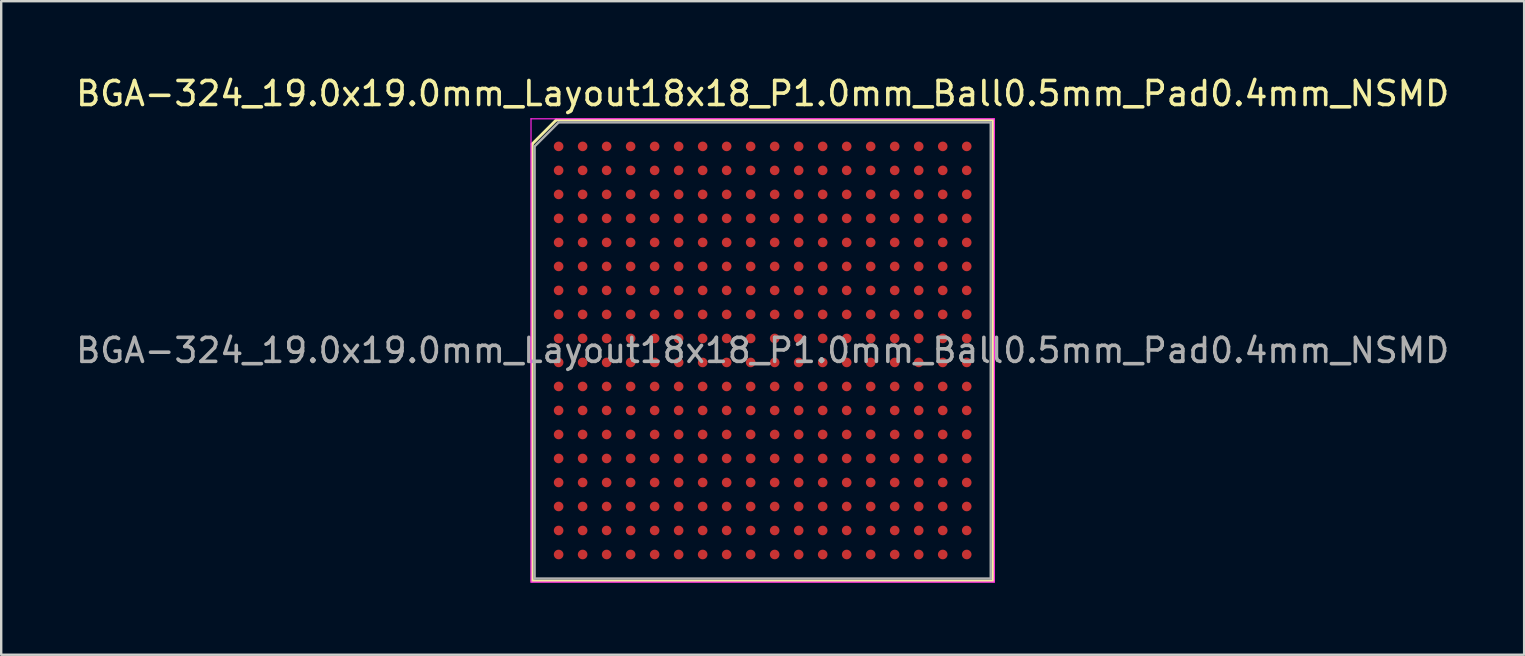
<source format=kicad_pcb>
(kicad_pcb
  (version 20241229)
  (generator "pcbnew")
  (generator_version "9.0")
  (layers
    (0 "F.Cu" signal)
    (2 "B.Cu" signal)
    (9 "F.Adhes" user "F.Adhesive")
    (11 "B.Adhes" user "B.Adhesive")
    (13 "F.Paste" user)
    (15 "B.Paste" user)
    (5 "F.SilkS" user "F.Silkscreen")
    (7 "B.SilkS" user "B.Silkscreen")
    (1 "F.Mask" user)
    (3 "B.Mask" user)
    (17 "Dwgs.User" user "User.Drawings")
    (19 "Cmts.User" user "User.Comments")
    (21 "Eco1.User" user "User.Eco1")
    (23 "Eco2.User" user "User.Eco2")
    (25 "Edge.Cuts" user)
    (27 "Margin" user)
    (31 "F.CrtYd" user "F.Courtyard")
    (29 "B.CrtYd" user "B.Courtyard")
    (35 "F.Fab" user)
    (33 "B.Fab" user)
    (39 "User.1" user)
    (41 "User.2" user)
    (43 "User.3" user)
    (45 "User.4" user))
  (footprint "BGA-324_19.0x19.0mm_Layout18x18_P1.0mm_Ball0.5mm_Pad0.4mm_NSMD"
    (layer "F.Cu")
    (at 28.72 11.548)
    (property "Reference" "BGA-324_19.0x19.0mm_Layout18x18_P1.0mm_Ball0.5mm_Pad0.4mm_NSMD" (at 0 -10.7 0) (layer "F.SilkS") (effects (font (size 1 1) (thickness 0.15))))
    (attr smd)
    (fp_line (start -9.6 -8.6) (end -9.6 9.6) (stroke (width 0.12) (type solid)) (layer "F.SilkS"))
    (fp_line (start -9.6 9.6) (end 9.6 9.6) (stroke (width 0.12) (type solid)) (layer "F.SilkS"))
    (fp_line (start -8.6 -9.6) (end -9.6 -8.6) (stroke (width 0.12) (type solid)) (layer "F.SilkS"))
    (fp_line (start 9.6 -9.6) (end -8.6 -9.6) (stroke (width 0.12) (type solid)) (layer "F.SilkS"))
    (fp_line (start 9.6 9.6) (end 9.6 -9.6) (stroke (width 0.12) (type solid)) (layer "F.SilkS"))
    (fp_line (start -9.65 -9.65) (end 9.65 -9.65) (stroke (width 0.05) (type solid)) (layer "F.CrtYd"))
    (fp_line (start -9.65 9.65) (end -9.65 -9.65) (stroke (width 0.05) (type solid)) (layer "F.CrtYd"))
    (fp_line (start 9.65 -9.65) (end 9.65 9.65) (stroke (width 0.05) (type solid)) (layer "F.CrtYd"))
    (fp_line (start 9.65 9.65) (end -9.65 9.65) (stroke (width 0.05) (type solid)) (layer "F.CrtYd"))
    (fp_line (start -9.5 -8.5) (end -9.5 9.5) (stroke (width 0.1) (type solid)) (layer "F.Fab"))
    (fp_line (start -9.5 9.5) (end 9.5 9.5) (stroke (width 0.1) (type solid)) (layer "F.Fab"))
    (fp_line (start -8.5 -9.5) (end -9.5 -8.5) (stroke (width 0.1) (type solid)) (layer "F.Fab"))
    (fp_line (start 9.5 -9.5) (end -8.5 -9.5) (stroke (width 0.1) (type solid)) (layer "F.Fab"))
    (fp_line (start 9.5 9.5) (end 9.5 -9.5) (stroke (width 0.1) (type solid)) (layer "F.Fab"))
    (fp_text user "${REFERENCE}" (at 0 0 0) (layer "F.Fab") (effects (font (size 1 1) (thickness 0.15))))
    (pad "A1" smd circle (at -8.5 -8.5) (size 0.4 0.4) (layers "F.Cu" "F.Mask" "F.Paste"))
    (pad "A2" smd circle (at -7.5 -8.5) (size 0.4 0.4) (layers "F.Cu" "F.Mask" "F.Paste"))
    (pad "A3" smd circle (at -6.5 -8.5) (size 0.4 0.4) (layers "F.Cu" "F.Mask" "F.Paste"))
    (pad "A4" smd circle (at -5.5 -8.5) (size 0.4 0.4) (layers "F.Cu" "F.Mask" "F.Paste"))
    (pad "A5" smd circle (at -4.5 -8.5) (size 0.4 0.4) (layers "F.Cu" "F.Mask" "F.Paste"))
    (pad "A6" smd circle (at -3.5 -8.5) (size 0.4 0.4) (layers "F.Cu" "F.Mask" "F.Paste"))
    (pad "A7" smd circle (at -2.5 -8.5) (size 0.4 0.4) (layers "F.Cu" "F.Mask" "F.Paste"))
    (pad "A8" smd circle (at -1.5 -8.5) (size 0.4 0.4) (layers "F.Cu" "F.Mask" "F.Paste"))
    (pad "A9" smd circle (at -0.5 -8.5) (size 0.4 0.4) (layers "F.Cu" "F.Mask" "F.Paste"))
    (pad "A10" smd circle (at 0.5 -8.5) (size 0.4 0.4) (layers "F.Cu" "F.Mask" "F.Paste"))
    (pad "A11" smd circle (at 1.5 -8.5) (size 0.4 0.4) (layers "F.Cu" "F.Mask" "F.Paste"))
    (pad "A12" smd circle (at 2.5 -8.5) (size 0.4 0.4) (layers "F.Cu" "F.Mask" "F.Paste"))
    (pad "A13" smd circle (at 3.5 -8.5) (size 0.4 0.4) (layers "F.Cu" "F.Mask" "F.Paste"))
    (pad "A14" smd circle (at 4.5 -8.5) (size 0.4 0.4) (layers "F.Cu" "F.Mask" "F.Paste"))
    (pad "A15" smd circle (at 5.5 -8.5) (size 0.4 0.4) (layers "F.Cu" "F.Mask" "F.Paste"))
    (pad "A16" smd circle (at 6.5 -8.5) (size 0.4 0.4) (layers "F.Cu" "F.Mask" "F.Paste"))
    (pad "A17" smd circle (at 7.5 -8.5) (size 0.4 0.4) (layers "F.Cu" "F.Mask" "F.Paste"))
    (pad "A18" smd circle (at 8.5 -8.5) (size 0.4 0.4) (layers "F.Cu" "F.Mask" "F.Paste"))
    (pad "B1" smd circle (at -8.5 -7.5) (size 0.4 0.4) (layers "F.Cu" "F.Mask" "F.Paste"))
    (pad "B2" smd circle (at -7.5 -7.5) (size 0.4 0.4) (layers "F.Cu" "F.Mask" "F.Paste"))
    (pad "B3" smd circle (at -6.5 -7.5) (size 0.4 0.4) (layers "F.Cu" "F.Mask" "F.Paste"))
    (pad "B4" smd circle (at -5.5 -7.5) (size 0.4 0.4) (layers "F.Cu" "F.Mask" "F.Paste"))
    (pad "B5" smd circle (at -4.5 -7.5) (size 0.4 0.4) (layers "F.Cu" "F.Mask" "F.Paste"))
    (pad "B6" smd circle (at -3.5 -7.5) (size 0.4 0.4) (layers "F.Cu" "F.Mask" "F.Paste"))
    (pad "B7" smd circle (at -2.5 -7.5) (size 0.4 0.4) (layers "F.Cu" "F.Mask" "F.Paste"))
    (pad "B8" smd circle (at -1.5 -7.5) (size 0.4 0.4) (layers "F.Cu" "F.Mask" "F.Paste"))
    (pad "B9" smd circle (at -0.5 -7.5) (size 0.4 0.4) (layers "F.Cu" "F.Mask" "F.Paste"))
    (pad "B10" smd circle (at 0.5 -7.5) (size 0.4 0.4) (layers "F.Cu" "F.Mask" "F.Paste"))
    (pad "B11" smd circle (at 1.5 -7.5) (size 0.4 0.4) (layers "F.Cu" "F.Mask" "F.Paste"))
    (pad "B12" smd circle (at 2.5 -7.5) (size 0.4 0.4) (layers "F.Cu" "F.Mask" "F.Paste"))
    (pad "B13" smd circle (at 3.5 -7.5) (size 0.4 0.4) (layers "F.Cu" "F.Mask" "F.Paste"))
    (pad "B14" smd circle (at 4.5 -7.5) (size 0.4 0.4) (layers "F.Cu" "F.Mask" "F.Paste"))
    (pad "B15" smd circle (at 5.5 -7.5) (size 0.4 0.4) (layers "F.Cu" "F.Mask" "F.Paste"))
    (pad "B16" smd circle (at 6.5 -7.5) (size 0.4 0.4) (layers "F.Cu" "F.Mask" "F.Paste"))
    (pad "B17" smd circle (at 7.5 -7.5) (size 0.4 0.4) (layers "F.Cu" "F.Mask" "F.Paste"))
    (pad "B18" smd circle (at 8.5 -7.5) (size 0.4 0.4) (layers "F.Cu" "F.Mask" "F.Paste"))
    (pad "C1" smd circle (at -8.5 -6.5) (size 0.4 0.4) (layers "F.Cu" "F.Mask" "F.Paste"))
    (pad "C2" smd circle (at -7.5 -6.5) (size 0.4 0.4) (layers "F.Cu" "F.Mask" "F.Paste"))
    (pad "C3" smd circle (at -6.5 -6.5) (size 0.4 0.4) (layers "F.Cu" "F.Mask" "F.Paste"))
    (pad "C4" smd circle (at -5.5 -6.5) (size 0.4 0.4) (layers "F.Cu" "F.Mask" "F.Paste"))
    (pad "C5" smd circle (at -4.5 -6.5) (size 0.4 0.4) (layers "F.Cu" "F.Mask" "F.Paste"))
    (pad "C6" smd circle (at -3.5 -6.5) (size 0.4 0.4) (layers "F.Cu" "F.Mask" "F.Paste"))
    (pad "C7" smd circle (at -2.5 -6.5) (size 0.4 0.4) (layers "F.Cu" "F.Mask" "F.Paste"))
    (pad "C8" smd circle (at -1.5 -6.5) (size 0.4 0.4) (layers "F.Cu" "F.Mask" "F.Paste"))
    (pad "C9" smd circle (at -0.5 -6.5) (size 0.4 0.4) (layers "F.Cu" "F.Mask" "F.Paste"))
    (pad "C10" smd circle (at 0.5 -6.5) (size 0.4 0.4) (layers "F.Cu" "F.Mask" "F.Paste"))
    (pad "C11" smd circle (at 1.5 -6.5) (size 0.4 0.4) (layers "F.Cu" "F.Mask" "F.Paste"))
    (pad "C12" smd circle (at 2.5 -6.5) (size 0.4 0.4) (layers "F.Cu" "F.Mask" "F.Paste"))
    (pad "C13" smd circle (at 3.5 -6.5) (size 0.4 0.4) (layers "F.Cu" "F.Mask" "F.Paste"))
    (pad "C14" smd circle (at 4.5 -6.5) (size 0.4 0.4) (layers "F.Cu" "F.Mask" "F.Paste"))
    (pad "C15" smd circle (at 5.5 -6.5) (size 0.4 0.4) (layers "F.Cu" "F.Mask" "F.Paste"))
    (pad "C16" smd circle (at 6.5 -6.5) (size 0.4 0.4) (layers "F.Cu" "F.Mask" "F.Paste"))
    (pad "C17" smd circle (at 7.5 -6.5) (size 0.4 0.4) (layers "F.Cu" "F.Mask" "F.Paste"))
    (pad "C18" smd circle (at 8.5 -6.5) (size 0.4 0.4) (layers "F.Cu" "F.Mask" "F.Paste"))
    (pad "D1" smd circle (at -8.5 -5.5) (size 0.4 0.4) (layers "F.Cu" "F.Mask" "F.Paste"))
    (pad "D2" smd circle (at -7.5 -5.5) (size 0.4 0.4) (layers "F.Cu" "F.Mask" "F.Paste"))
    (pad "D3" smd circle (at -6.5 -5.5) (size 0.4 0.4) (layers "F.Cu" "F.Mask" "F.Paste"))
    (pad "D4" smd circle (at -5.5 -5.5) (size 0.4 0.4) (layers "F.Cu" "F.Mask" "F.Paste"))
    (pad "D5" smd circle (at -4.5 -5.5) (size 0.4 0.4) (layers "F.Cu" "F.Mask" "F.Paste"))
    (pad "D6" smd circle (at -3.5 -5.5) (size 0.4 0.4) (layers "F.Cu" "F.Mask" "F.Paste"))
    (pad "D7" smd circle (at -2.5 -5.5) (size 0.4 0.4) (layers "F.Cu" "F.Mask" "F.Paste"))
    (pad "D8" smd circle (at -1.5 -5.5) (size 0.4 0.4) (layers "F.Cu" "F.Mask" "F.Paste"))
    (pad "D9" smd circle (at -0.5 -5.5) (size 0.4 0.4) (layers "F.Cu" "F.Mask" "F.Paste"))
    (pad "D10" smd circle (at 0.5 -5.5) (size 0.4 0.4) (layers "F.Cu" "F.Mask" "F.Paste"))
    (pad "D11" smd circle (at 1.5 -5.5) (size 0.4 0.4) (layers "F.Cu" "F.Mask" "F.Paste"))
    (pad "D12" smd circle (at 2.5 -5.5) (size 0.4 0.4) (layers "F.Cu" "F.Mask" "F.Paste"))
    (pad "D13" smd circle (at 3.5 -5.5) (size 0.4 0.4) (layers "F.Cu" "F.Mask" "F.Paste"))
    (pad "D14" smd circle (at 4.5 -5.5) (size 0.4 0.4) (layers "F.Cu" "F.Mask" "F.Paste"))
    (pad "D15" smd circle (at 5.5 -5.5) (size 0.4 0.4) (layers "F.Cu" "F.Mask" "F.Paste"))
    (pad "D16" smd circle (at 6.5 -5.5) (size 0.4 0.4) (layers "F.Cu" "F.Mask" "F.Paste"))
    (pad "D17" smd circle (at 7.5 -5.5) (size 0.4 0.4) (layers "F.Cu" "F.Mask" "F.Paste"))
    (pad "D18" smd circle (at 8.5 -5.5) (size 0.4 0.4) (layers "F.Cu" "F.Mask" "F.Paste"))
    (pad "E1" smd circle (at -8.5 -4.5) (size 0.4 0.4) (layers "F.Cu" "F.Mask" "F.Paste"))
    (pad "E2" smd circle (at -7.5 -4.5) (size 0.4 0.4) (layers "F.Cu" "F.Mask" "F.Paste"))
    (pad "E3" smd circle (at -6.5 -4.5) (size 0.4 0.4) (layers "F.Cu" "F.Mask" "F.Paste"))
    (pad "E4" smd circle (at -5.5 -4.5) (size 0.4 0.4) (layers "F.Cu" "F.Mask" "F.Paste"))
    (pad "E5" smd circle (at -4.5 -4.5) (size 0.4 0.4) (layers "F.Cu" "F.Mask" "F.Paste"))
    (pad "E6" smd circle (at -3.5 -4.5) (size 0.4 0.4) (layers "F.Cu" "F.Mask" "F.Paste"))
    (pad "E7" smd circle (at -2.5 -4.5) (size 0.4 0.4) (layers "F.Cu" "F.Mask" "F.Paste"))
    (pad "E8" smd circle (at -1.5 -4.5) (size 0.4 0.4) (layers "F.Cu" "F.Mask" "F.Paste"))
    (pad "E9" smd circle (at -0.5 -4.5) (size 0.4 0.4) (layers "F.Cu" "F.Mask" "F.Paste"))
    (pad "E10" smd circle (at 0.5 -4.5) (size 0.4 0.4) (layers "F.Cu" "F.Mask" "F.Paste"))
    (pad "E11" smd circle (at 1.5 -4.5) (size 0.4 0.4) (layers "F.Cu" "F.Mask" "F.Paste"))
    (pad "E12" smd circle (at 2.5 -4.5) (size 0.4 0.4) (layers "F.Cu" "F.Mask" "F.Paste"))
    (pad "E13" smd circle (at 3.5 -4.5) (size 0.4 0.4) (layers "F.Cu" "F.Mask" "F.Paste"))
    (pad "E14" smd circle (at 4.5 -4.5) (size 0.4 0.4) (layers "F.Cu" "F.Mask" "F.Paste"))
    (pad "E15" smd circle (at 5.5 -4.5) (size 0.4 0.4) (layers "F.Cu" "F.Mask" "F.Paste"))
    (pad "E16" smd circle (at 6.5 -4.5) (size 0.4 0.4) (layers "F.Cu" "F.Mask" "F.Paste"))
    (pad "E17" smd circle (at 7.5 -4.5) (size 0.4 0.4) (layers "F.Cu" "F.Mask" "F.Paste"))
    (pad "E18" smd circle (at 8.5 -4.5) (size 0.4 0.4) (layers "F.Cu" "F.Mask" "F.Paste"))
    (pad "F1" smd circle (at -8.5 -3.5) (size 0.4 0.4) (layers "F.Cu" "F.Mask" "F.Paste"))
    (pad "F2" smd circle (at -7.5 -3.5) (size 0.4 0.4) (layers "F.Cu" "F.Mask" "F.Paste"))
    (pad "F3" smd circle (at -6.5 -3.5) (size 0.4 0.4) (layers "F.Cu" "F.Mask" "F.Paste"))
    (pad "F4" smd circle (at -5.5 -3.5) (size 0.4 0.4) (layers "F.Cu" "F.Mask" "F.Paste"))
    (pad "F5" smd circle (at -4.5 -3.5) (size 0.4 0.4) (layers "F.Cu" "F.Mask" "F.Paste"))
    (pad "F6" smd circle (at -3.5 -3.5) (size 0.4 0.4) (layers "F.Cu" "F.Mask" "F.Paste"))
    (pad "F7" smd circle (at -2.5 -3.5) (size 0.4 0.4) (layers "F.Cu" "F.Mask" "F.Paste"))
    (pad "F8" smd circle (at -1.5 -3.5) (size 0.4 0.4) (layers "F.Cu" "F.Mask" "F.Paste"))
    (pad "F9" smd circle (at -0.5 -3.5) (size 0.4 0.4) (layers "F.Cu" "F.Mask" "F.Paste"))
    (pad "F10" smd circle (at 0.5 -3.5) (size 0.4 0.4) (layers "F.Cu" "F.Mask" "F.Paste"))
    (pad "F11" smd circle (at 1.5 -3.5) (size 0.4 0.4) (layers "F.Cu" "F.Mask" "F.Paste"))
    (pad "F12" smd circle (at 2.5 -3.5) (size 0.4 0.4) (layers "F.Cu" "F.Mask" "F.Paste"))
    (pad "F13" smd circle (at 3.5 -3.5) (size 0.4 0.4) (layers "F.Cu" "F.Mask" "F.Paste"))
    (pad "F14" smd circle (at 4.5 -3.5) (size 0.4 0.4) (layers "F.Cu" "F.Mask" "F.Paste"))
    (pad "F15" smd circle (at 5.5 -3.5) (size 0.4 0.4) (layers "F.Cu" "F.Mask" "F.Paste"))
    (pad "F16" smd circle (at 6.5 -3.5) (size 0.4 0.4) (layers "F.Cu" "F.Mask" "F.Paste"))
    (pad "F17" smd circle (at 7.5 -3.5) (size 0.4 0.4) (layers "F.Cu" "F.Mask" "F.Paste"))
    (pad "F18" smd circle (at 8.5 -3.5) (size 0.4 0.4) (layers "F.Cu" "F.Mask" "F.Paste"))
    (pad "G1" smd circle (at -8.5 -2.5) (size 0.4 0.4) (layers "F.Cu" "F.Mask" "F.Paste"))
    (pad "G2" smd circle (at -7.5 -2.5) (size 0.4 0.4) (layers "F.Cu" "F.Mask" "F.Paste"))
    (pad "G3" smd circle (at -6.5 -2.5) (size 0.4 0.4) (layers "F.Cu" "F.Mask" "F.Paste"))
    (pad "G4" smd circle (at -5.5 -2.5) (size 0.4 0.4) (layers "F.Cu" "F.Mask" "F.Paste"))
    (pad "G5" smd circle (at -4.5 -2.5) (size 0.4 0.4) (layers "F.Cu" "F.Mask" "F.Paste"))
    (pad "G6" smd circle (at -3.5 -2.5) (size 0.4 0.4) (layers "F.Cu" "F.Mask" "F.Paste"))
    (pad "G7" smd circle (at -2.5 -2.5) (size 0.4 0.4) (layers "F.Cu" "F.Mask" "F.Paste"))
    (pad "G8" smd circle (at -1.5 -2.5) (size 0.4 0.4) (layers "F.Cu" "F.Mask" "F.Paste"))
    (pad "G9" smd circle (at -0.5 -2.5) (size 0.4 0.4) (layers "F.Cu" "F.Mask" "F.Paste"))
    (pad "G10" smd circle (at 0.5 -2.5) (size 0.4 0.4) (layers "F.Cu" "F.Mask" "F.Paste"))
    (pad "G11" smd circle (at 1.5 -2.5) (size 0.4 0.4) (layers "F.Cu" "F.Mask" "F.Paste"))
    (pad "G12" smd circle (at 2.5 -2.5) (size 0.4 0.4) (layers "F.Cu" "F.Mask" "F.Paste"))
    (pad "G13" smd circle (at 3.5 -2.5) (size 0.4 0.4) (layers "F.Cu" "F.Mask" "F.Paste"))
    (pad "G14" smd circle (at 4.5 -2.5) (size 0.4 0.4) (layers "F.Cu" "F.Mask" "F.Paste"))
    (pad "G15" smd circle (at 5.5 -2.5) (size 0.4 0.4) (layers "F.Cu" "F.Mask" "F.Paste"))
    (pad "G16" smd circle (at 6.5 -2.5) (size 0.4 0.4) (layers "F.Cu" "F.Mask" "F.Paste"))
    (pad "G17" smd circle (at 7.5 -2.5) (size 0.4 0.4) (layers "F.Cu" "F.Mask" "F.Paste"))
    (pad "G18" smd circle (at 8.5 -2.5) (size 0.4 0.4) (layers "F.Cu" "F.Mask" "F.Paste"))
    (pad "H1" smd circle (at -8.5 -1.5) (size 0.4 0.4) (layers "F.Cu" "F.Mask" "F.Paste"))
    (pad "H2" smd circle (at -7.5 -1.5) (size 0.4 0.4) (layers "F.Cu" "F.Mask" "F.Paste"))
    (pad "H3" smd circle (at -6.5 -1.5) (size 0.4 0.4) (layers "F.Cu" "F.Mask" "F.Paste"))
    (pad "H4" smd circle (at -5.5 -1.5) (size 0.4 0.4) (layers "F.Cu" "F.Mask" "F.Paste"))
    (pad "H5" smd circle (at -4.5 -1.5) (size 0.4 0.4) (layers "F.Cu" "F.Mask" "F.Paste"))
    (pad "H6" smd circle (at -3.5 -1.5) (size 0.4 0.4) (layers "F.Cu" "F.Mask" "F.Paste"))
    (pad "H7" smd circle (at -2.5 -1.5) (size 0.4 0.4) (layers "F.Cu" "F.Mask" "F.Paste"))
    (pad "H8" smd circle (at -1.5 -1.5) (size 0.4 0.4) (layers "F.Cu" "F.Mask" "F.Paste"))
    (pad "H9" smd circle (at -0.5 -1.5) (size 0.4 0.4) (layers "F.Cu" "F.Mask" "F.Paste"))
    (pad "H10" smd circle (at 0.5 -1.5) (size 0.4 0.4) (layers "F.Cu" "F.Mask" "F.Paste"))
    (pad "H11" smd circle (at 1.5 -1.5) (size 0.4 0.4) (layers "F.Cu" "F.Mask" "F.Paste"))
    (pad "H12" smd circle (at 2.5 -1.5) (size 0.4 0.4) (layers "F.Cu" "F.Mask" "F.Paste"))
    (pad "H13" smd circle (at 3.5 -1.5) (size 0.4 0.4) (layers "F.Cu" "F.Mask" "F.Paste"))
    (pad "H14" smd circle (at 4.5 -1.5) (size 0.4 0.4) (layers "F.Cu" "F.Mask" "F.Paste"))
    (pad "H15" smd circle (at 5.5 -1.5) (size 0.4 0.4) (layers "F.Cu" "F.Mask" "F.Paste"))
    (pad "H16" smd circle (at 6.5 -1.5) (size 0.4 0.4) (layers "F.Cu" "F.Mask" "F.Paste"))
    (pad "H17" smd circle (at 7.5 -1.5) (size 0.4 0.4) (layers "F.Cu" "F.Mask" "F.Paste"))
    (pad "H18" smd circle (at 8.5 -1.5) (size 0.4 0.4) (layers "F.Cu" "F.Mask" "F.Paste"))
    (pad "J1" smd circle (at -8.5 -0.5) (size 0.4 0.4) (layers "F.Cu" "F.Mask" "F.Paste"))
    (pad "J2" smd circle (at -7.5 -0.5) (size 0.4 0.4) (layers "F.Cu" "F.Mask" "F.Paste"))
    (pad "J3" smd circle (at -6.5 -0.5) (size 0.4 0.4) (layers "F.Cu" "F.Mask" "F.Paste"))
    (pad "J4" smd circle (at -5.5 -0.5) (size 0.4 0.4) (layers "F.Cu" "F.Mask" "F.Paste"))
    (pad "J5" smd circle (at -4.5 -0.5) (size 0.4 0.4) (layers "F.Cu" "F.Mask" "F.Paste"))
    (pad "J6" smd circle (at -3.5 -0.5) (size 0.4 0.4) (layers "F.Cu" "F.Mask" "F.Paste"))
    (pad "J7" smd circle (at -2.5 -0.5) (size 0.4 0.4) (layers "F.Cu" "F.Mask" "F.Paste"))
    (pad "J8" smd circle (at -1.5 -0.5) (size 0.4 0.4) (layers "F.Cu" "F.Mask" "F.Paste"))
    (pad "J9" smd circle (at -0.5 -0.5) (size 0.4 0.4) (layers "F.Cu" "F.Mask" "F.Paste"))
    (pad "J10" smd circle (at 0.5 -0.5) (size 0.4 0.4) (layers "F.Cu" "F.Mask" "F.Paste"))
    (pad "J11" smd circle (at 1.5 -0.5) (size 0.4 0.4) (layers "F.Cu" "F.Mask" "F.Paste"))
    (pad "J12" smd circle (at 2.5 -0.5) (size 0.4 0.4) (layers "F.Cu" "F.Mask" "F.Paste"))
    (pad "J13" smd circle (at 3.5 -0.5) (size 0.4 0.4) (layers "F.Cu" "F.Mask" "F.Paste"))
    (pad "J14" smd circle (at 4.5 -0.5) (size 0.4 0.4) (layers "F.Cu" "F.Mask" "F.Paste"))
    (pad "J15" smd circle (at 5.5 -0.5) (size 0.4 0.4) (layers "F.Cu" "F.Mask" "F.Paste"))
    (pad "J16" smd circle (at 6.5 -0.5) (size 0.4 0.4) (layers "F.Cu" "F.Mask" "F.Paste"))
    (pad "J17" smd circle (at 7.5 -0.5) (size 0.4 0.4) (layers "F.Cu" "F.Mask" "F.Paste"))
    (pad "J18" smd circle (at 8.5 -0.5) (size 0.4 0.4) (layers "F.Cu" "F.Mask" "F.Paste"))
    (pad "K1" smd circle (at -8.5 0.5) (size 0.4 0.4) (layers "F.Cu" "F.Mask" "F.Paste"))
    (pad "K2" smd circle (at -7.5 0.5) (size 0.4 0.4) (layers "F.Cu" "F.Mask" "F.Paste"))
    (pad "K3" smd circle (at -6.5 0.5) (size 0.4 0.4) (layers "F.Cu" "F.Mask" "F.Paste"))
    (pad "K4" smd circle (at -5.5 0.5) (size 0.4 0.4) (layers "F.Cu" "F.Mask" "F.Paste"))
    (pad "K5" smd circle (at -4.5 0.5) (size 0.4 0.4) (layers "F.Cu" "F.Mask" "F.Paste"))
    (pad "K6" smd circle (at -3.5 0.5) (size 0.4 0.4) (layers "F.Cu" "F.Mask" "F.Paste"))
    (pad "K7" smd circle (at -2.5 0.5) (size 0.4 0.4) (layers "F.Cu" "F.Mask" "F.Paste"))
    (pad "K8" smd circle (at -1.5 0.5) (size 0.4 0.4) (layers "F.Cu" "F.Mask" "F.Paste"))
    (pad "K9" smd circle (at -0.5 0.5) (size 0.4 0.4) (layers "F.Cu" "F.Mask" "F.Paste"))
    (pad "K10" smd circle (at 0.5 0.5) (size 0.4 0.4) (layers "F.Cu" "F.Mask" "F.Paste"))
    (pad "K11" smd circle (at 1.5 0.5) (size 0.4 0.4) (layers "F.Cu" "F.Mask" "F.Paste"))
    (pad "K12" smd circle (at 2.5 0.5) (size 0.4 0.4) (layers "F.Cu" "F.Mask" "F.Paste"))
    (pad "K13" smd circle (at 3.5 0.5) (size 0.4 0.4) (layers "F.Cu" "F.Mask" "F.Paste"))
    (pad "K14" smd circle (at 4.5 0.5) (size 0.4 0.4) (layers "F.Cu" "F.Mask" "F.Paste"))
    (pad "K15" smd circle (at 5.5 0.5) (size 0.4 0.4) (layers "F.Cu" "F.Mask" "F.Paste"))
    (pad "K16" smd circle (at 6.5 0.5) (size 0.4 0.4) (layers "F.Cu" "F.Mask" "F.Paste"))
    (pad "K17" smd circle (at 7.5 0.5) (size 0.4 0.4) (layers "F.Cu" "F.Mask" "F.Paste"))
    (pad "K18" smd circle (at 8.5 0.5) (size 0.4 0.4) (layers "F.Cu" "F.Mask" "F.Paste"))
    (pad "L1" smd circle (at -8.5 1.5) (size 0.4 0.4) (layers "F.Cu" "F.Mask" "F.Paste"))
    (pad "L2" smd circle (at -7.5 1.5) (size 0.4 0.4) (layers "F.Cu" "F.Mask" "F.Paste"))
    (pad "L3" smd circle (at -6.5 1.5) (size 0.4 0.4) (layers "F.Cu" "F.Mask" "F.Paste"))
    (pad "L4" smd circle (at -5.5 1.5) (size 0.4 0.4) (layers "F.Cu" "F.Mask" "F.Paste"))
    (pad "L5" smd circle (at -4.5 1.5) (size 0.4 0.4) (layers "F.Cu" "F.Mask" "F.Paste"))
    (pad "L6" smd circle (at -3.5 1.5) (size 0.4 0.4) (layers "F.Cu" "F.Mask" "F.Paste"))
    (pad "L7" smd circle (at -2.5 1.5) (size 0.4 0.4) (layers "F.Cu" "F.Mask" "F.Paste"))
    (pad "L8" smd circle (at -1.5 1.5) (size 0.4 0.4) (layers "F.Cu" "F.Mask" "F.Paste"))
    (pad "L9" smd circle (at -0.5 1.5) (size 0.4 0.4) (layers "F.Cu" "F.Mask" "F.Paste"))
    (pad "L10" smd circle (at 0.5 1.5) (size 0.4 0.4) (layers "F.Cu" "F.Mask" "F.Paste"))
    (pad "L11" smd circle (at 1.5 1.5) (size 0.4 0.4) (layers "F.Cu" "F.Mask" "F.Paste"))
    (pad "L12" smd circle (at 2.5 1.5) (size 0.4 0.4) (layers "F.Cu" "F.Mask" "F.Paste"))
    (pad "L13" smd circle (at 3.5 1.5) (size 0.4 0.4) (layers "F.Cu" "F.Mask" "F.Paste"))
    (pad "L14" smd circle (at 4.5 1.5) (size 0.4 0.4) (layers "F.Cu" "F.Mask" "F.Paste"))
    (pad "L15" smd circle (at 5.5 1.5) (size 0.4 0.4) (layers "F.Cu" "F.Mask" "F.Paste"))
    (pad "L16" smd circle (at 6.5 1.5) (size 0.4 0.4) (layers "F.Cu" "F.Mask" "F.Paste"))
    (pad "L17" smd circle (at 7.5 1.5) (size 0.4 0.4) (layers "F.Cu" "F.Mask" "F.Paste"))
    (pad "L18" smd circle (at 8.5 1.5) (size 0.4 0.4) (layers "F.Cu" "F.Mask" "F.Paste"))
    (pad "M1" smd circle (at -8.5 2.5) (size 0.4 0.4) (layers "F.Cu" "F.Mask" "F.Paste"))
    (pad "M2" smd circle (at -7.5 2.5) (size 0.4 0.4) (layers "F.Cu" "F.Mask" "F.Paste"))
    (pad "M3" smd circle (at -6.5 2.5) (size 0.4 0.4) (layers "F.Cu" "F.Mask" "F.Paste"))
    (pad "M4" smd circle (at -5.5 2.5) (size 0.4 0.4) (layers "F.Cu" "F.Mask" "F.Paste"))
    (pad "M5" smd circle (at -4.5 2.5) (size 0.4 0.4) (layers "F.Cu" "F.Mask" "F.Paste"))
    (pad "M6" smd circle (at -3.5 2.5) (size 0.4 0.4) (layers "F.Cu" "F.Mask" "F.Paste"))
    (pad "M7" smd circle (at -2.5 2.5) (size 0.4 0.4) (layers "F.Cu" "F.Mask" "F.Paste"))
    (pad "M8" smd circle (at -1.5 2.5) (size 0.4 0.4) (layers "F.Cu" "F.Mask" "F.Paste"))
    (pad "M9" smd circle (at -0.5 2.5) (size 0.4 0.4) (layers "F.Cu" "F.Mask" "F.Paste"))
    (pad "M10" smd circle (at 0.5 2.5) (size 0.4 0.4) (layers "F.Cu" "F.Mask" "F.Paste"))
    (pad "M11" smd circle (at 1.5 2.5) (size 0.4 0.4) (layers "F.Cu" "F.Mask" "F.Paste"))
    (pad "M12" smd circle (at 2.5 2.5) (size 0.4 0.4) (layers "F.Cu" "F.Mask" "F.Paste"))
    (pad "M13" smd circle (at 3.5 2.5) (size 0.4 0.4) (layers "F.Cu" "F.Mask" "F.Paste"))
    (pad "M14" smd circle (at 4.5 2.5) (size 0.4 0.4) (layers "F.Cu" "F.Mask" "F.Paste"))
    (pad "M15" smd circle (at 5.5 2.5) (size 0.4 0.4) (layers "F.Cu" "F.Mask" "F.Paste"))
    (pad "M16" smd circle (at 6.5 2.5) (size 0.4 0.4) (layers "F.Cu" "F.Mask" "F.Paste"))
    (pad "M17" smd circle (at 7.5 2.5) (size 0.4 0.4) (layers "F.Cu" "F.Mask" "F.Paste"))
    (pad "M18" smd circle (at 8.5 2.5) (size 0.4 0.4) (layers "F.Cu" "F.Mask" "F.Paste"))
    (pad "N1" smd circle (at -8.5 3.5) (size 0.4 0.4) (layers "F.Cu" "F.Mask" "F.Paste"))
    (pad "N2" smd circle (at -7.5 3.5) (size 0.4 0.4) (layers "F.Cu" "F.Mask" "F.Paste"))
    (pad "N3" smd circle (at -6.5 3.5) (size 0.4 0.4) (layers "F.Cu" "F.Mask" "F.Paste"))
    (pad "N4" smd circle (at -5.5 3.5) (size 0.4 0.4) (layers "F.Cu" "F.Mask" "F.Paste"))
    (pad "N5" smd circle (at -4.5 3.5) (size 0.4 0.4) (layers "F.Cu" "F.Mask" "F.Paste"))
    (pad "N6" smd circle (at -3.5 3.5) (size 0.4 0.4) (layers "F.Cu" "F.Mask" "F.Paste"))
    (pad "N7" smd circle (at -2.5 3.5) (size 0.4 0.4) (layers "F.Cu" "F.Mask" "F.Paste"))
    (pad "N8" smd circle (at -1.5 3.5) (size 0.4 0.4) (layers "F.Cu" "F.Mask" "F.Paste"))
    (pad "N9" smd circle (at -0.5 3.5) (size 0.4 0.4) (layers "F.Cu" "F.Mask" "F.Paste"))
    (pad "N10" smd circle (at 0.5 3.5) (size 0.4 0.4) (layers "F.Cu" "F.Mask" "F.Paste"))
    (pad "N11" smd circle (at 1.5 3.5) (size 0.4 0.4) (layers "F.Cu" "F.Mask" "F.Paste"))
    (pad "N12" smd circle (at 2.5 3.5) (size 0.4 0.4) (layers "F.Cu" "F.Mask" "F.Paste"))
    (pad "N13" smd circle (at 3.5 3.5) (size 0.4 0.4) (layers "F.Cu" "F.Mask" "F.Paste"))
    (pad "N14" smd circle (at 4.5 3.5) (size 0.4 0.4) (layers "F.Cu" "F.Mask" "F.Paste"))
    (pad "N15" smd circle (at 5.5 3.5) (size 0.4 0.4) (layers "F.Cu" "F.Mask" "F.Paste"))
    (pad "N16" smd circle (at 6.5 3.5) (size 0.4 0.4) (layers "F.Cu" "F.Mask" "F.Paste"))
    (pad "N17" smd circle (at 7.5 3.5) (size 0.4 0.4) (layers "F.Cu" "F.Mask" "F.Paste"))
    (pad "N18" smd circle (at 8.5 3.5) (size 0.4 0.4) (layers "F.Cu" "F.Mask" "F.Paste"))
    (pad "P1" smd circle (at -8.5 4.5) (size 0.4 0.4) (layers "F.Cu" "F.Mask" "F.Paste"))
    (pad "P2" smd circle (at -7.5 4.5) (size 0.4 0.4) (layers "F.Cu" "F.Mask" "F.Paste"))
    (pad "P3" smd circle (at -6.5 4.5) (size 0.4 0.4) (layers "F.Cu" "F.Mask" "F.Paste"))
    (pad "P4" smd circle (at -5.5 4.5) (size 0.4 0.4) (layers "F.Cu" "F.Mask" "F.Paste"))
    (pad "P5" smd circle (at -4.5 4.5) (size 0.4 0.4) (layers "F.Cu" "F.Mask" "F.Paste"))
    (pad "P6" smd circle (at -3.5 4.5) (size 0.4 0.4) (layers "F.Cu" "F.Mask" "F.Paste"))
    (pad "P7" smd circle (at -2.5 4.5) (size 0.4 0.4) (layers "F.Cu" "F.Mask" "F.Paste"))
    (pad "P8" smd circle (at -1.5 4.5) (size 0.4 0.4) (layers "F.Cu" "F.Mask" "F.Paste"))
    (pad "P9" smd circle (at -0.5 4.5) (size 0.4 0.4) (layers "F.Cu" "F.Mask" "F.Paste"))
    (pad "P10" smd circle (at 0.5 4.5) (size 0.4 0.4) (layers "F.Cu" "F.Mask" "F.Paste"))
    (pad "P11" smd circle (at 1.5 4.5) (size 0.4 0.4) (layers "F.Cu" "F.Mask" "F.Paste"))
    (pad "P12" smd circle (at 2.5 4.5) (size 0.4 0.4) (layers "F.Cu" "F.Mask" "F.Paste"))
    (pad "P13" smd circle (at 3.5 4.5) (size 0.4 0.4) (layers "F.Cu" "F.Mask" "F.Paste"))
    (pad "P14" smd circle (at 4.5 4.5) (size 0.4 0.4) (layers "F.Cu" "F.Mask" "F.Paste"))
    (pad "P15" smd circle (at 5.5 4.5) (size 0.4 0.4) (layers "F.Cu" "F.Mask" "F.Paste"))
    (pad "P16" smd circle (at 6.5 4.5) (size 0.4 0.4) (layers "F.Cu" "F.Mask" "F.Paste"))
    (pad "P17" smd circle (at 7.5 4.5) (size 0.4 0.4) (layers "F.Cu" "F.Mask" "F.Paste"))
    (pad "P18" smd circle (at 8.5 4.5) (size 0.4 0.4) (layers "F.Cu" "F.Mask" "F.Paste"))
    (pad "R1" smd circle (at -8.5 5.5) (size 0.4 0.4) (layers "F.Cu" "F.Mask" "F.Paste"))
    (pad "R2" smd circle (at -7.5 5.5) (size 0.4 0.4) (layers "F.Cu" "F.Mask" "F.Paste"))
    (pad "R3" smd circle (at -6.5 5.5) (size 0.4 0.4) (layers "F.Cu" "F.Mask" "F.Paste"))
    (pad "R4" smd circle (at -5.5 5.5) (size 0.4 0.4) (layers "F.Cu" "F.Mask" "F.Paste"))
    (pad "R5" smd circle (at -4.5 5.5) (size 0.4 0.4) (layers "F.Cu" "F.Mask" "F.Paste"))
    (pad "R6" smd circle (at -3.5 5.5) (size 0.4 0.4) (layers "F.Cu" "F.Mask" "F.Paste"))
    (pad "R7" smd circle (at -2.5 5.5) (size 0.4 0.4) (layers "F.Cu" "F.Mask" "F.Paste"))
    (pad "R8" smd circle (at -1.5 5.5) (size 0.4 0.4) (layers "F.Cu" "F.Mask" "F.Paste"))
    (pad "R9" smd circle (at -0.5 5.5) (size 0.4 0.4) (layers "F.Cu" "F.Mask" "F.Paste"))
    (pad "R10" smd circle (at 0.5 5.5) (size 0.4 0.4) (layers "F.Cu" "F.Mask" "F.Paste"))
    (pad "R11" smd circle (at 1.5 5.5) (size 0.4 0.4) (layers "F.Cu" "F.Mask" "F.Paste"))
    (pad "R12" smd circle (at 2.5 5.5) (size 0.4 0.4) (layers "F.Cu" "F.Mask" "F.Paste"))
    (pad "R13" smd circle (at 3.5 5.5) (size 0.4 0.4) (layers "F.Cu" "F.Mask" "F.Paste"))
    (pad "R14" smd circle (at 4.5 5.5) (size 0.4 0.4) (layers "F.Cu" "F.Mask" "F.Paste"))
    (pad "R15" smd circle (at 5.5 5.5) (size 0.4 0.4) (layers "F.Cu" "F.Mask" "F.Paste"))
    (pad "R16" smd circle (at 6.5 5.5) (size 0.4 0.4) (layers "F.Cu" "F.Mask" "F.Paste"))
    (pad "R17" smd circle (at 7.5 5.5) (size 0.4 0.4) (layers "F.Cu" "F.Mask" "F.Paste"))
    (pad "R18" smd circle (at 8.5 5.5) (size 0.4 0.4) (layers "F.Cu" "F.Mask" "F.Paste"))
    (pad "T1" smd circle (at -8.5 6.5) (size 0.4 0.4) (layers "F.Cu" "F.Mask" "F.Paste"))
    (pad "T2" smd circle (at -7.5 6.5) (size 0.4 0.4) (layers "F.Cu" "F.Mask" "F.Paste"))
    (pad "T3" smd circle (at -6.5 6.5) (size 0.4 0.4) (layers "F.Cu" "F.Mask" "F.Paste"))
    (pad "T4" smd circle (at -5.5 6.5) (size 0.4 0.4) (layers "F.Cu" "F.Mask" "F.Paste"))
    (pad "T5" smd circle (at -4.5 6.5) (size 0.4 0.4) (layers "F.Cu" "F.Mask" "F.Paste"))
    (pad "T6" smd circle (at -3.5 6.5) (size 0.4 0.4) (layers "F.Cu" "F.Mask" "F.Paste"))
    (pad "T7" smd circle (at -2.5 6.5) (size 0.4 0.4) (layers "F.Cu" "F.Mask" "F.Paste"))
    (pad "T8" smd circle (at -1.5 6.5) (size 0.4 0.4) (layers "F.Cu" "F.Mask" "F.Paste"))
    (pad "T9" smd circle (at -0.5 6.5) (size 0.4 0.4) (layers "F.Cu" "F.Mask" "F.Paste"))
    (pad "T10" smd circle (at 0.5 6.5) (size 0.4 0.4) (layers "F.Cu" "F.Mask" "F.Paste"))
    (pad "T11" smd circle (at 1.5 6.5) (size 0.4 0.4) (layers "F.Cu" "F.Mask" "F.Paste"))
    (pad "T12" smd circle (at 2.5 6.5) (size 0.4 0.4) (layers "F.Cu" "F.Mask" "F.Paste"))
    (pad "T13" smd circle (at 3.5 6.5) (size 0.4 0.4) (layers "F.Cu" "F.Mask" "F.Paste"))
    (pad "T14" smd circle (at 4.5 6.5) (size 0.4 0.4) (layers "F.Cu" "F.Mask" "F.Paste"))
    (pad "T15" smd circle (at 5.5 6.5) (size 0.4 0.4) (layers "F.Cu" "F.Mask" "F.Paste"))
    (pad "T16" smd circle (at 6.5 6.5) (size 0.4 0.4) (layers "F.Cu" "F.Mask" "F.Paste"))
    (pad "T17" smd circle (at 7.5 6.5) (size 0.4 0.4) (layers "F.Cu" "F.Mask" "F.Paste"))
    (pad "T18" smd circle (at 8.5 6.5) (size 0.4 0.4) (layers "F.Cu" "F.Mask" "F.Paste"))
    (pad "U1" smd circle (at -8.5 7.5) (size 0.4 0.4) (layers "F.Cu" "F.Mask" "F.Paste"))
    (pad "U2" smd circle (at -7.5 7.5) (size 0.4 0.4) (layers "F.Cu" "F.Mask" "F.Paste"))
    (pad "U3" smd circle (at -6.5 7.5) (size 0.4 0.4) (layers "F.Cu" "F.Mask" "F.Paste"))
    (pad "U4" smd circle (at -5.5 7.5) (size 0.4 0.4) (layers "F.Cu" "F.Mask" "F.Paste"))
    (pad "U5" smd circle (at -4.5 7.5) (size 0.4 0.4) (layers "F.Cu" "F.Mask" "F.Paste"))
    (pad "U6" smd circle (at -3.5 7.5) (size 0.4 0.4) (layers "F.Cu" "F.Mask" "F.Paste"))
    (pad "U7" smd circle (at -2.5 7.5) (size 0.4 0.4) (layers "F.Cu" "F.Mask" "F.Paste"))
    (pad "U8" smd circle (at -1.5 7.5) (size 0.4 0.4) (layers "F.Cu" "F.Mask" "F.Paste"))
    (pad "U9" smd circle (at -0.5 7.5) (size 0.4 0.4) (layers "F.Cu" "F.Mask" "F.Paste"))
    (pad "U10" smd circle (at 0.5 7.5) (size 0.4 0.4) (layers "F.Cu" "F.Mask" "F.Paste"))
    (pad "U11" smd circle (at 1.5 7.5) (size 0.4 0.4) (layers "F.Cu" "F.Mask" "F.Paste"))
    (pad "U12" smd circle (at 2.5 7.5) (size 0.4 0.4) (layers "F.Cu" "F.Mask" "F.Paste"))
    (pad "U13" smd circle (at 3.5 7.5) (size 0.4 0.4) (layers "F.Cu" "F.Mask" "F.Paste"))
    (pad "U14" smd circle (at 4.5 7.5) (size 0.4 0.4) (layers "F.Cu" "F.Mask" "F.Paste"))
    (pad "U15" smd circle (at 5.5 7.5) (size 0.4 0.4) (layers "F.Cu" "F.Mask" "F.Paste"))
    (pad "U16" smd circle (at 6.5 7.5) (size 0.4 0.4) (layers "F.Cu" "F.Mask" "F.Paste"))
    (pad "U17" smd circle (at 7.5 7.5) (size 0.4 0.4) (layers "F.Cu" "F.Mask" "F.Paste"))
    (pad "U18" smd circle (at 8.5 7.5) (size 0.4 0.4) (layers "F.Cu" "F.Mask" "F.Paste"))
    (pad "V1" smd circle (at -8.5 8.5) (size 0.4 0.4) (layers "F.Cu" "F.Mask" "F.Paste"))
    (pad "V2" smd circle (at -7.5 8.5) (size 0.4 0.4) (layers "F.Cu" "F.Mask" "F.Paste"))
    (pad "V3" smd circle (at -6.5 8.5) (size 0.4 0.4) (layers "F.Cu" "F.Mask" "F.Paste"))
    (pad "V4" smd circle (at -5.5 8.5) (size 0.4 0.4) (layers "F.Cu" "F.Mask" "F.Paste"))
    (pad "V5" smd circle (at -4.5 8.5) (size 0.4 0.4) (layers "F.Cu" "F.Mask" "F.Paste"))
    (pad "V6" smd circle (at -3.5 8.5) (size 0.4 0.4) (layers "F.Cu" "F.Mask" "F.Paste"))
    (pad "V7" smd circle (at -2.5 8.5) (size 0.4 0.4) (layers "F.Cu" "F.Mask" "F.Paste"))
    (pad "V8" smd circle (at -1.5 8.5) (size 0.4 0.4) (layers "F.Cu" "F.Mask" "F.Paste"))
    (pad "V9" smd circle (at -0.5 8.5) (size 0.4 0.4) (layers "F.Cu" "F.Mask" "F.Paste"))
    (pad "V10" smd circle (at 0.5 8.5) (size 0.4 0.4) (layers "F.Cu" "F.Mask" "F.Paste"))
    (pad "V11" smd circle (at 1.5 8.5) (size 0.4 0.4) (layers "F.Cu" "F.Mask" "F.Paste"))
    (pad "V12" smd circle (at 2.5 8.5) (size 0.4 0.4) (layers "F.Cu" "F.Mask" "F.Paste"))
    (pad "V13" smd circle (at 3.5 8.5) (size 0.4 0.4) (layers "F.Cu" "F.Mask" "F.Paste"))
    (pad "V14" smd circle (at 4.5 8.5) (size 0.4 0.4) (layers "F.Cu" "F.Mask" "F.Paste"))
    (pad "V15" smd circle (at 5.5 8.5) (size 0.4 0.4) (layers "F.Cu" "F.Mask" "F.Paste"))
    (pad "V16" smd circle (at 6.5 8.5) (size 0.4 0.4) (layers "F.Cu" "F.Mask" "F.Paste"))
    (pad "V17" smd circle (at 7.5 8.5) (size 0.4 0.4) (layers "F.Cu" "F.Mask" "F.Paste"))
    (pad "V18" smd circle (at 8.5 8.5) (size 0.4 0.4) (layers "F.Cu" "F.Mask" "F.Paste")))
  (gr_rect
    (start -3 -3)
    (end 60.44 24.223)
    (stroke (width 0.1) (type default))
    (fill no)
    (layer "Edge.Cuts")))
</source>
